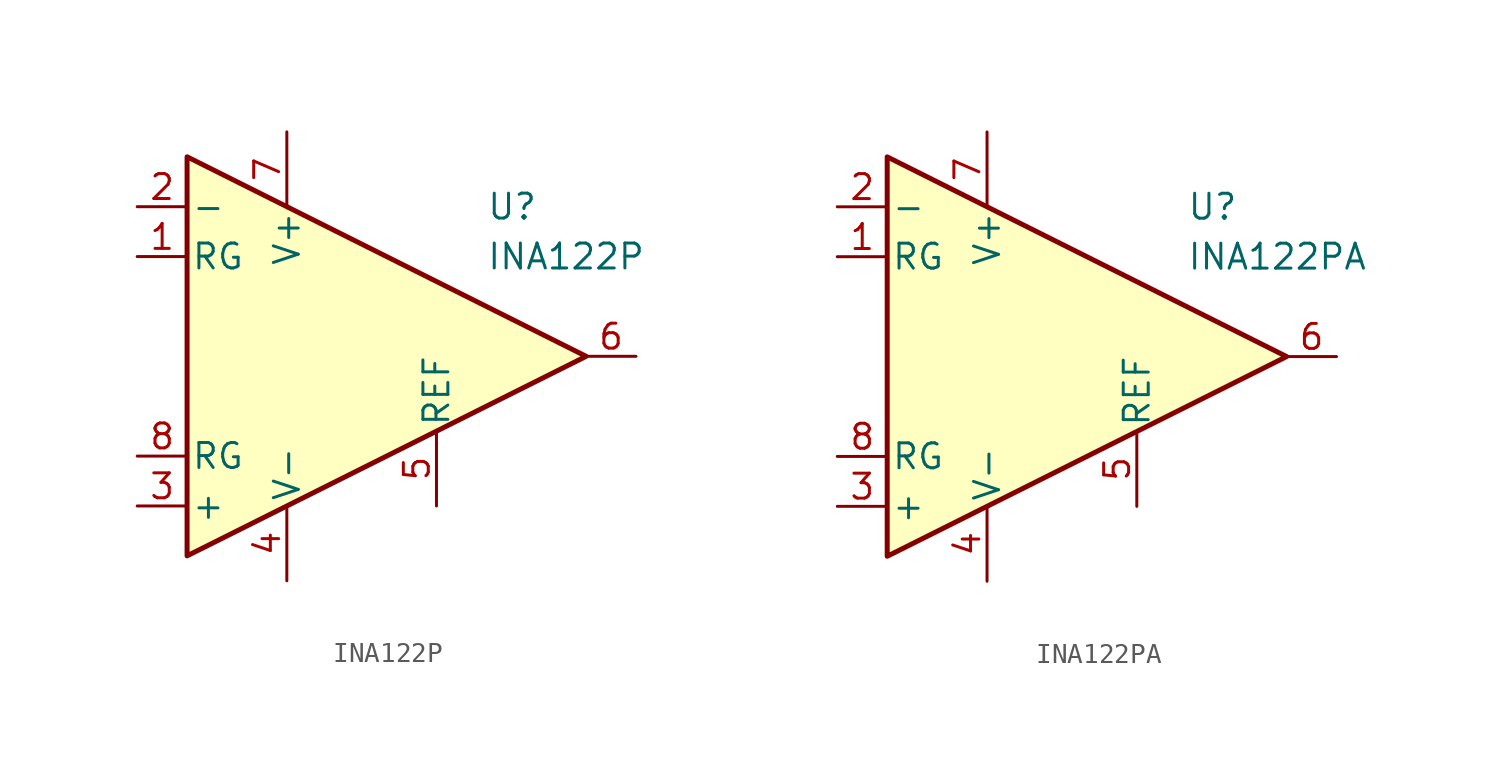
<source format=kicad_sym>
(kicad_symbol_lib
  (version 20231120)
  (generator "kicad_symbol_editor")
  (generator_version "8.0")
  (symbol "INA122P"
    (pin_names
      (offset 0.2))
    (property "Reference" "U"
      (at 6.35 7.62 0)
      (effects (font (size 1.27 1.27)) (justify left)))
    (property "Value" "INA122P"
      (at 6.35 5.08 0)
      (effects (font (size 1.27 1.27)) (justify left)))
    (symbol "INA122P_0_1"
      (polyline (pts (xy -8.89 10.16) (xy -8.89 -10.16) (xy 11.43 0) (xy -8.89 10.16)) (stroke (width 0.254) (type default)) (fill (type background))))
    (symbol "INA122P_1_1"
      (pin passive line (at -11.43 5.08 0) (length 2.54) (name "RG" (effects (font (size 1.27 1.27)))) (number "1" (effects (font (size 1.27 1.27)))))
      (pin input line (at -11.43 7.62 0) (length 2.54) (name "-" (effects (font (size 1.27 1.27)))) (number "2" (effects (font (size 1.27 1.27)))))
      (pin input line (at -11.43 -7.62 0) (length 2.54) (name "+" (effects (font (size 1.27 1.27)))) (number "3" (effects (font (size 1.27 1.27)))))
      (pin power_in line (at -3.81 -11.43 90) (length 3.81) (name "V-" (effects (font (size 1.27 1.27)))) (number "4" (effects (font (size 1.27 1.27)))))
      (pin input line (at 3.81 -7.62 90) (length 3.81) (name "REF" (effects (font (size 1.27 1.27)))) (number "5" (effects (font (size 1.27 1.27)))))
      (pin output line (at 13.97 0 180) (length 2.54) (name "~" (effects (font (size 1.27 1.27)))) (number "6" (effects (font (size 1.27 1.27)))))
      (pin power_in line (at -3.81 11.43 270) (length 3.81) (name "V+" (effects (font (size 1.27 1.27)))) (number "7" (effects (font (size 1.27 1.27)))))
      (pin passive line (at -11.43 -5.08 0) (length 2.54) (name "RG" (effects (font (size 1.27 1.27)))) (number "8" (effects (font (size 1.27 1.27)))))))
  (symbol "INA122PA"
    (pin_names
      (offset 0.2))
    (property "Reference" "U"
      (at 6.35 7.62 0)
      (effects (font (size 1.27 1.27)) (justify left)))
    (property "Value" "INA122PA"
      (at 6.35 5.08 0)
      (effects (font (size 1.27 1.27)) (justify left)))
    (symbol "INA122PA_0_1"
      (polyline (pts (xy -8.89 10.16) (xy -8.89 -10.16) (xy 11.43 0) (xy -8.89 10.16)) (stroke (width 0.254) (type default)) (fill (type background))))
    (symbol "INA122PA_1_1"
      (pin passive line (at -11.43 5.08 0) (length 2.54) (name "RG" (effects (font (size 1.27 1.27)))) (number "1" (effects (font (size 1.27 1.27)))))
      (pin input line (at -11.43 7.62 0) (length 2.54) (name "-" (effects (font (size 1.27 1.27)))) (number "2" (effects (font (size 1.27 1.27)))))
      (pin input line (at -11.43 -7.62 0) (length 2.54) (name "+" (effects (font (size 1.27 1.27)))) (number "3" (effects (font (size 1.27 1.27)))))
      (pin power_in line (at -3.81 -11.43 90) (length 3.81) (name "V-" (effects (font (size 1.27 1.27)))) (number "4" (effects (font (size 1.27 1.27)))))
      (pin input line (at 3.81 -7.62 90) (length 3.81) (name "REF" (effects (font (size 1.27 1.27)))) (number "5" (effects (font (size 1.27 1.27)))))
      (pin output line (at 13.97 0 180) (length 2.54) (name "~" (effects (font (size 1.27 1.27)))) (number "6" (effects (font (size 1.27 1.27)))))
      (pin power_in line (at -3.81 11.43 270) (length 3.81) (name "V+" (effects (font (size 1.27 1.27)))) (number "7" (effects (font (size 1.27 1.27)))))
      (pin passive line (at -11.43 -5.08 0) (length 2.54) (name "RG" (effects (font (size 1.27 1.27)))) (number "8" (effects (font (size 1.27 1.27))))))))
</source>
